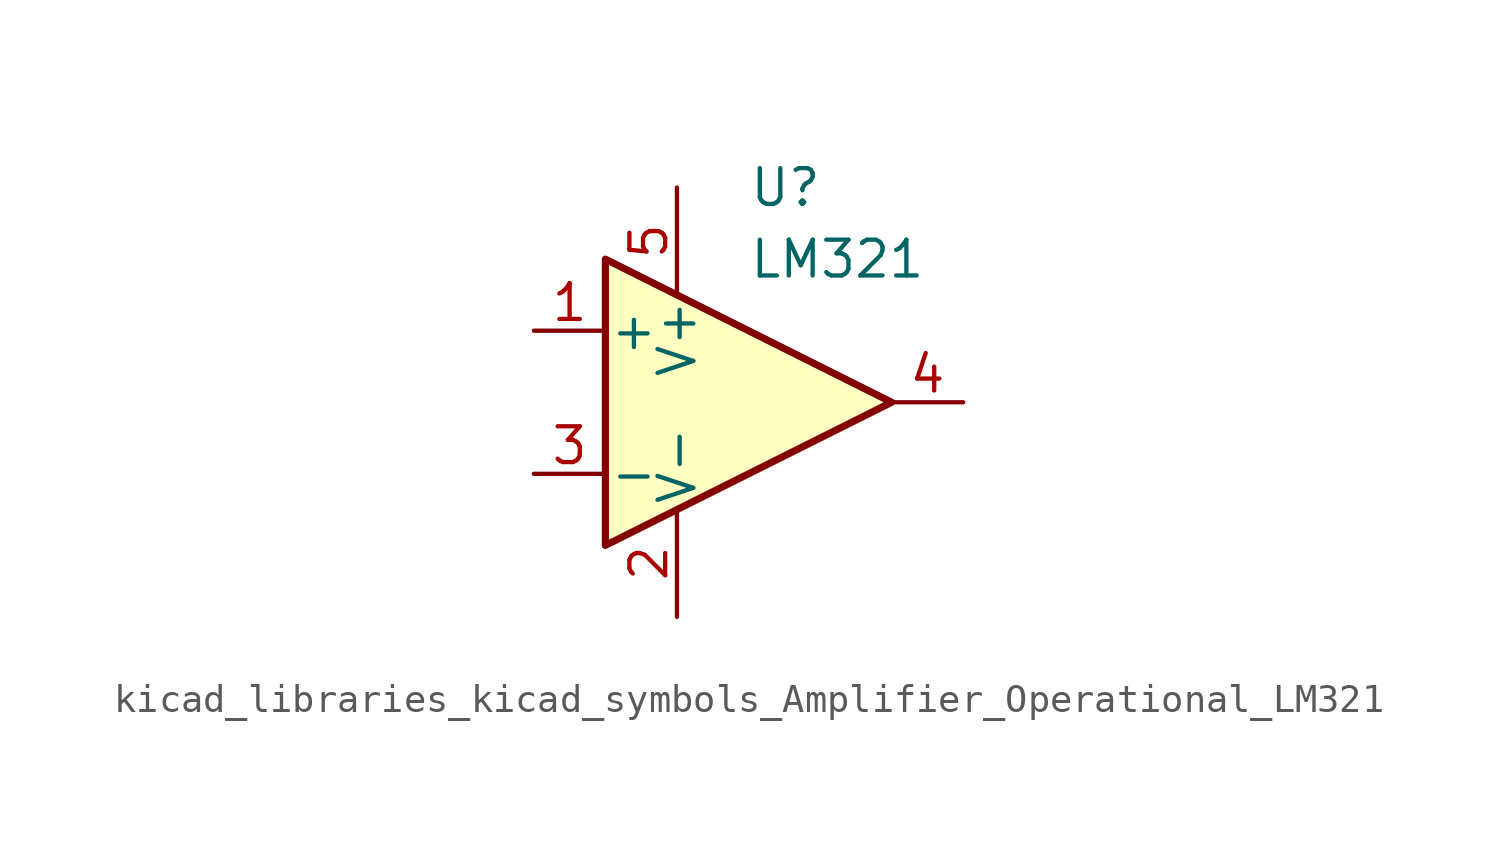
<source format=kicad_sym>
(kicad_symbol_lib
  (version 20220914)
  (generator kicad_symbol_editor)
  (symbol "kicad_libraries_kicad_symbols_Amplifier_Operational_LM321"
    (pin_names
      (offset 0.127))
    (property "Reference" "U"
      (at 0 7.62 0)
      (effects (font (size 1.27 1.27)) (justify left)))
    (property "Value" "LM321"
      (at 0 5.08 0)
      (effects (font (size 1.27 1.27)) (justify left)))
    (symbol "kicad_libraries_kicad_symbols_Amplifier_Operational_LM321_0_1"
      (polyline (pts (xy -5.08 5.08) (xy 5.08 0) (xy -5.08 -5.08) (xy -5.08 5.08)) (stroke (width 0.254) (type default)) (fill (type background))))
    (symbol "kicad_libraries_kicad_symbols_Amplifier_Operational_LM321_1_1"
      (pin input line (at -7.62 2.54 0) (length 2.54) (name "+" (effects (font (size 1.27 1.27)))) (number "1" (effects (font (size 1.27 1.27)))))
      (pin power_in line (at -2.54 -7.62 90) (length 3.81) (name "V-" (effects (font (size 1.27 1.27)))) (number "2" (effects (font (size 1.27 1.27)))))
      (pin input line (at -7.62 -2.54 0) (length 2.54) (name "-" (effects (font (size 1.27 1.27)))) (number "3" (effects (font (size 1.27 1.27)))))
      (pin output line (at 7.62 0 180) (length 2.54) (name "~" (effects (font (size 1.27 1.27)))) (number "4" (effects (font (size 1.27 1.27)))))
      (pin power_in line (at -2.54 7.62 270) (length 3.81) (name "V+" (effects (font (size 1.27 1.27)))) (number "5" (effects (font (size 1.27 1.27))))))))
</source>
